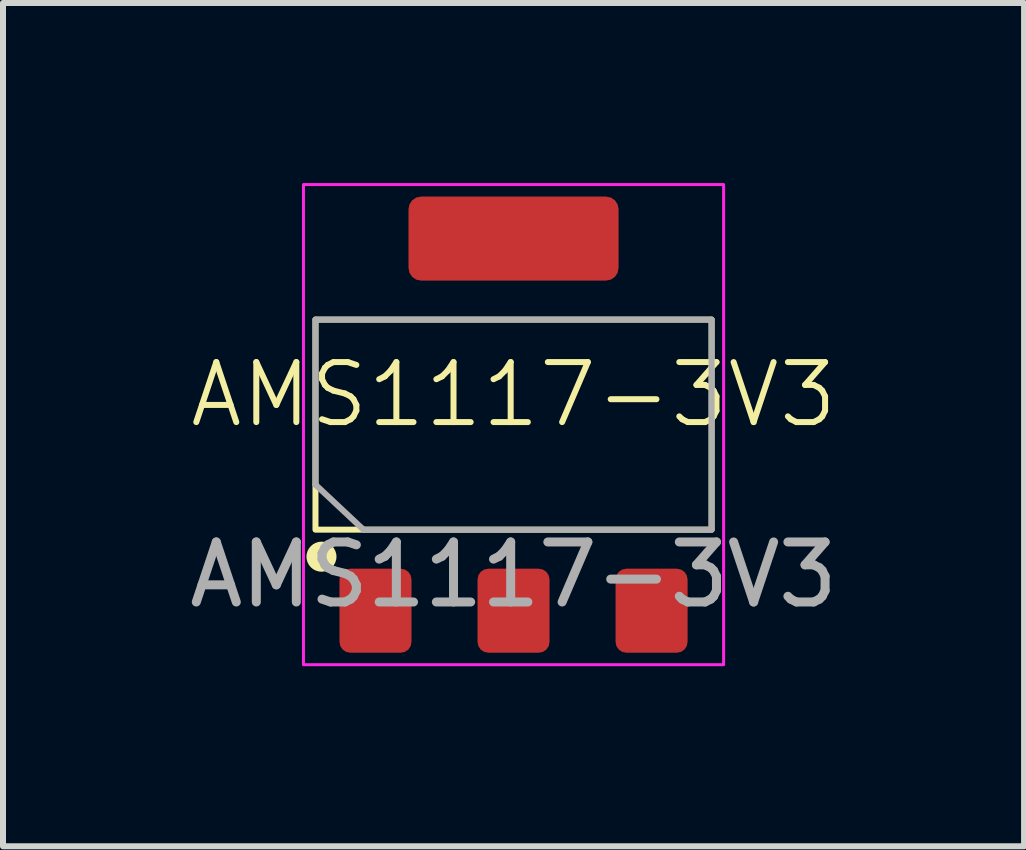
<source format=kicad_pcb>
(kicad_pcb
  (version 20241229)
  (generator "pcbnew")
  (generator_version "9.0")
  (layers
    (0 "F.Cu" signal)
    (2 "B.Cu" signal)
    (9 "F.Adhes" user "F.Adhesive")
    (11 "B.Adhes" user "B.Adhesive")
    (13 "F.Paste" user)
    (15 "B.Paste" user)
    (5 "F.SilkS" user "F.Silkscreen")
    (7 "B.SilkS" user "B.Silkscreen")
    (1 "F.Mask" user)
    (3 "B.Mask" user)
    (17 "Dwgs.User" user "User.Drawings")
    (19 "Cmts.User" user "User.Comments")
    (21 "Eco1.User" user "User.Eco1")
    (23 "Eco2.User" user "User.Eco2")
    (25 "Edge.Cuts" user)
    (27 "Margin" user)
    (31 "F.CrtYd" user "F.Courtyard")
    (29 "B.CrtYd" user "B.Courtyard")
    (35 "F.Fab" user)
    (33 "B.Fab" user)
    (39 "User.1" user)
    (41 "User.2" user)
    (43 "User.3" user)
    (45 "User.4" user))
  (footprint "AMS1117-3V3"
    (layer "F.Cu")
    (at 5.506 4.025)
    (property "Reference" "AMS1117-3V3" (at 0 -0.5 0) (unlocked yes) (layer "F.SilkS") (effects (font (size 1 1) (thickness 0.1))))
    (attr smd)
    (fp_rect (start -3.3 -1.75) (end 3.3 1.75) (stroke (width 0.1) (type solid)) (fill no) (layer "F.SilkS"))
    (fp_circle (center -3.2 2.2) (end -3 2.2) (stroke (width 0.1) (type default)) (fill yes) (layer "F.SilkS"))
    (fp_rect (start -3.5 -4) (end 3.5 4) (stroke (width 0.05) (type default)) (fill no) (layer "F.CrtYd"))
    (fp_line (start -3.3 -1.75) (end -3.3 1) (stroke (width 0.1) (type default)) (layer "F.Fab"))
    (fp_line (start -3.3 -1.75) (end 3.3 -1.75) (stroke (width 0.1) (type default)) (layer "F.Fab"))
    (fp_line (start -3.3 1) (end -2.5 1.75) (stroke (width 0.1) (type default)) (layer "F.Fab"))
    (fp_line (start 3.3 -1.75) (end 3.3 1.75) (stroke (width 0.1) (type default)) (layer "F.Fab"))
    (fp_line (start 3.3 1.75) (end -2.5 1.75) (stroke (width 0.1) (type default)) (layer "F.Fab"))
    (fp_text user "${REFERENCE}" (at 0 2.5 0) (unlocked yes) (layer "F.Fab") (effects (font (size 1 1) (thickness 0.15))))
    (pad "1" smd roundrect (at -2.3 3.1) (size 1.2 1.4) (layers "F.Cu" "F.Mask" "F.Paste") (roundrect_rratio 0.15))
    (pad "2" smd roundrect (at 0 3.1) (size 1.2 1.4) (layers "F.Cu" "F.Mask" "F.Paste") (roundrect_rratio 0.15))
    (pad "3" smd roundrect (at 2.3 3.1) (size 1.2 1.4) (layers "F.Cu" "F.Mask" "F.Paste") (roundrect_rratio 0.15))
    (pad "4" smd roundrect (at 0 -3.1) (size 3.5 1.4) (layers "F.Cu" "F.Mask" "F.Paste") (roundrect_rratio 0.15)))
  (gr_rect
    (start -3 -3)
    (end 14.012 11.05)
    (stroke (width 0.1) (type default))
    (fill no)
    (layer "Edge.Cuts")))
</source>
